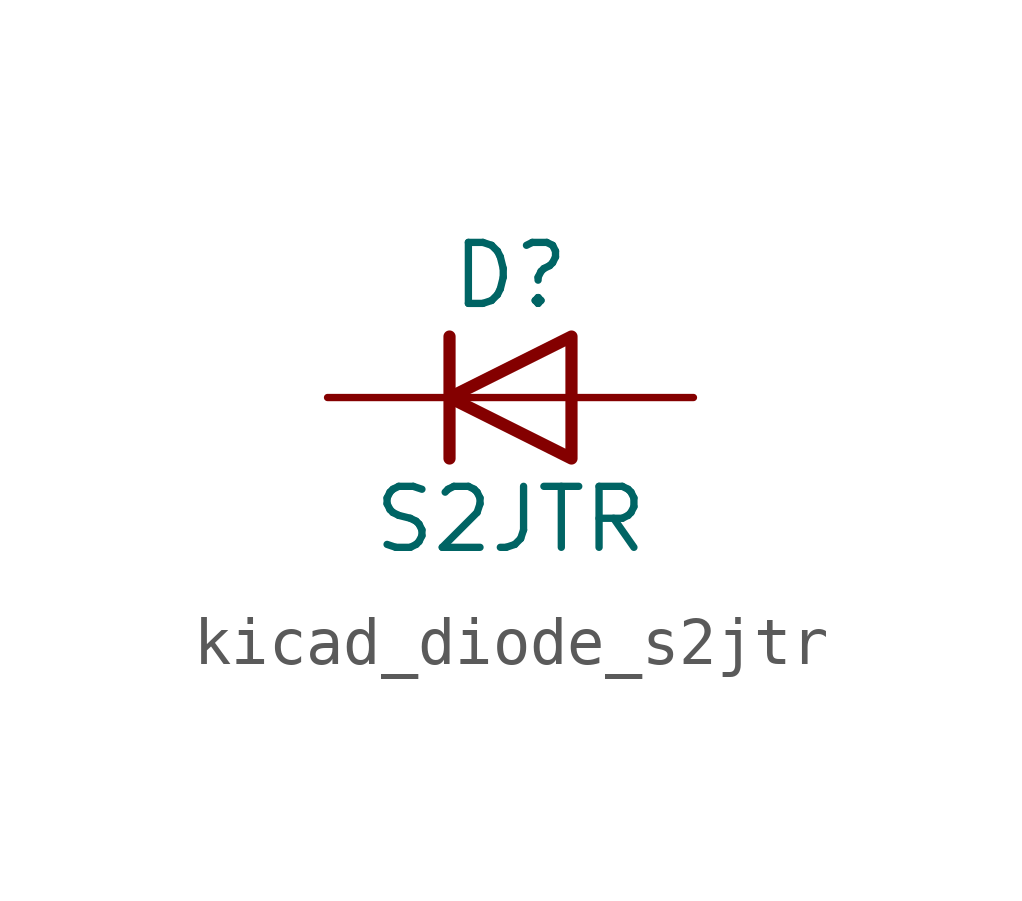
<source format=kicad_sym>
(kicad_symbol_lib
  (version 20220914)
  (generator kicad_symbol_editor)
  (symbol "kicad_diode_s2jtr"
    (pin_numbers hide)
    (pin_names hide)
    (property "Reference" "D"
      (at 0 2.54 0)
      (effects (font (size 1.27 1.27))))
    (property "Value" "S2JTR"
      (at 0 -2.54 0)
      (effects (font (size 1.27 1.27))))
    (symbol "kicad_diode_s2jtr_0_1"
      (polyline (pts (xy -1.27 1.27) (xy -1.27 -1.27)) (stroke (width 0.254) (type default)) (fill (type none)))
      (polyline (pts (xy 1.27 0) (xy -1.27 0)) (stroke (width 0) (type default)) (fill (type none)))
      (polyline (pts (xy 1.27 1.27) (xy 1.27 -1.27) (xy -1.27 0) (xy 1.27 1.27)) (stroke (width 0.254) (type default)) (fill (type none))))
    (symbol "kicad_diode_s2jtr_1_1"
      (pin passive line (at -3.81 0 0) (length 2.54) (name "K" (effects (font (size 1.27 1.27)))) (number "1" (effects (font (size 1.27 1.27)))))
      (pin passive line (at 3.81 0 180) (length 2.54) (name "A" (effects (font (size 1.27 1.27)))) (number "2" (effects (font (size 1.27 1.27))))))))
</source>
